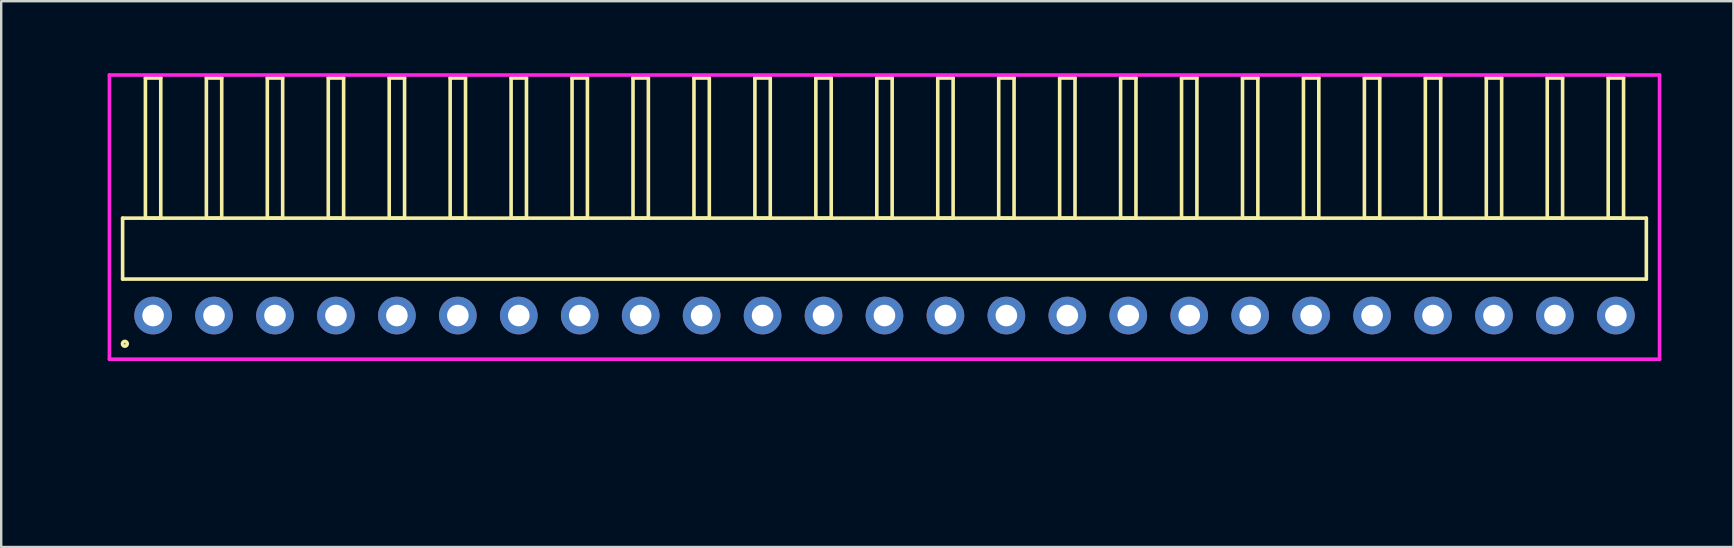
<source format=kicad_pcb>
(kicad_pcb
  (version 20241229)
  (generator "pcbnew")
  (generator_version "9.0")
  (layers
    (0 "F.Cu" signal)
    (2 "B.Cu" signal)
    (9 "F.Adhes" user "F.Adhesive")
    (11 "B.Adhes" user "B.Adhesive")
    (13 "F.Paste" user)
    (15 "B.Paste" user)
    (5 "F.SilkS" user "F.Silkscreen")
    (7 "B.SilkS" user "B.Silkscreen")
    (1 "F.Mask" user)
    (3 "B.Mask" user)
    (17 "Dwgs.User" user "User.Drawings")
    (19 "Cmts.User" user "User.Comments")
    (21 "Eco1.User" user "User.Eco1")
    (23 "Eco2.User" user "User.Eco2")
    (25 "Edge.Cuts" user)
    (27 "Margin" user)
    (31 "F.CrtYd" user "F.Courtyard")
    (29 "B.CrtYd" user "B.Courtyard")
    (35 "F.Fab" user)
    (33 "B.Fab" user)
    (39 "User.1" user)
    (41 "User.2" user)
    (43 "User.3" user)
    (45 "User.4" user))
  (footprint "HDR_RA254P25x1"
    (layer "F.Cu")
    (at 33.81 10.1)
    (property "Reference" "HDR_RA254P25x1" (at -33.05 0 90) (layer "User.1") (effects (font (size 1 1) (thickness 0.1))))
    (attr through_hole)
    (fp_line (start -31.75 -4.06) (end -31.75 -1.52) (stroke (width 0.15) (type solid)) (layer "F.SilkS"))
    (fp_line (start -31.75 -1.52) (end 31.75 -1.52) (stroke (width 0.15) (type solid)) (layer "F.SilkS"))
    (fp_line (start -30.8 -9.9) (end -30.8 -4.06) (stroke (width 0.15) (type solid)) (layer "F.SilkS"))
    (fp_line (start -30.8 -4.06) (end -30.16 -4.06) (stroke (width 0.15) (type solid)) (layer "F.SilkS"))
    (fp_line (start -30.16 -9.9) (end -30.8 -9.9) (stroke (width 0.15) (type solid)) (layer "F.SilkS"))
    (fp_line (start -30.16 -4.06) (end -30.16 -9.9) (stroke (width 0.15) (type solid)) (layer "F.SilkS"))
    (fp_line (start -28.26 -9.9) (end -28.26 -4.06) (stroke (width 0.15) (type solid)) (layer "F.SilkS"))
    (fp_line (start -28.26 -4.06) (end -27.62 -4.06) (stroke (width 0.15) (type solid)) (layer "F.SilkS"))
    (fp_line (start -27.62 -9.9) (end -28.26 -9.9) (stroke (width 0.15) (type solid)) (layer "F.SilkS"))
    (fp_line (start -27.62 -4.06) (end -27.62 -9.9) (stroke (width 0.15) (type solid)) (layer "F.SilkS"))
    (fp_line (start -25.72 -9.9) (end -25.72 -4.06) (stroke (width 0.15) (type solid)) (layer "F.SilkS"))
    (fp_line (start -25.72 -4.06) (end -25.08 -4.06) (stroke (width 0.15) (type solid)) (layer "F.SilkS"))
    (fp_line (start -25.08 -9.9) (end -25.72 -9.9) (stroke (width 0.15) (type solid)) (layer "F.SilkS"))
    (fp_line (start -25.08 -4.06) (end -25.08 -9.9) (stroke (width 0.15) (type solid)) (layer "F.SilkS"))
    (fp_line (start -23.18 -9.9) (end -23.18 -4.06) (stroke (width 0.15) (type solid)) (layer "F.SilkS"))
    (fp_line (start -23.18 -4.06) (end -22.54 -4.06) (stroke (width 0.15) (type solid)) (layer "F.SilkS"))
    (fp_line (start -22.54 -9.9) (end -23.18 -9.9) (stroke (width 0.15) (type solid)) (layer "F.SilkS"))
    (fp_line (start -22.54 -4.06) (end -22.54 -9.9) (stroke (width 0.15) (type solid)) (layer "F.SilkS"))
    (fp_line (start -20.64 -9.9) (end -20.64 -4.06) (stroke (width 0.15) (type solid)) (layer "F.SilkS"))
    (fp_line (start -20.64 -4.06) (end -20 -4.06) (stroke (width 0.15) (type solid)) (layer "F.SilkS"))
    (fp_line (start -20 -9.9) (end -20.64 -9.9) (stroke (width 0.15) (type solid)) (layer "F.SilkS"))
    (fp_line (start -20 -4.06) (end -20 -9.9) (stroke (width 0.15) (type solid)) (layer "F.SilkS"))
    (fp_line (start -18.1 -9.9) (end -18.1 -4.06) (stroke (width 0.15) (type solid)) (layer "F.SilkS"))
    (fp_line (start -18.1 -4.06) (end -17.46 -4.06) (stroke (width 0.15) (type solid)) (layer "F.SilkS"))
    (fp_line (start -17.46 -9.9) (end -18.1 -9.9) (stroke (width 0.15) (type solid)) (layer "F.SilkS"))
    (fp_line (start -17.46 -4.06) (end -17.46 -9.9) (stroke (width 0.15) (type solid)) (layer "F.SilkS"))
    (fp_line (start -15.56 -9.9) (end -15.56 -4.06) (stroke (width 0.15) (type solid)) (layer "F.SilkS"))
    (fp_line (start -15.56 -4.06) (end -14.92 -4.06) (stroke (width 0.15) (type solid)) (layer "F.SilkS"))
    (fp_line (start -14.92 -9.9) (end -15.56 -9.9) (stroke (width 0.15) (type solid)) (layer "F.SilkS"))
    (fp_line (start -14.92 -4.06) (end -14.92 -9.9) (stroke (width 0.15) (type solid)) (layer "F.SilkS"))
    (fp_line (start -13.02 -9.9) (end -13.02 -4.06) (stroke (width 0.15) (type solid)) (layer "F.SilkS"))
    (fp_line (start -13.02 -4.06) (end -12.38 -4.06) (stroke (width 0.15) (type solid)) (layer "F.SilkS"))
    (fp_line (start -12.38 -9.9) (end -13.02 -9.9) (stroke (width 0.15) (type solid)) (layer "F.SilkS"))
    (fp_line (start -12.38 -4.06) (end -12.38 -9.9) (stroke (width 0.15) (type solid)) (layer "F.SilkS"))
    (fp_line (start -10.48 -9.9) (end -10.48 -4.06) (stroke (width 0.15) (type solid)) (layer "F.SilkS"))
    (fp_line (start -10.48 -4.06) (end -9.84 -4.06) (stroke (width 0.15) (type solid)) (layer "F.SilkS"))
    (fp_line (start -9.84 -9.9) (end -10.48 -9.9) (stroke (width 0.15) (type solid)) (layer "F.SilkS"))
    (fp_line (start -9.84 -4.06) (end -9.84 -9.9) (stroke (width 0.15) (type solid)) (layer "F.SilkS"))
    (fp_line (start -7.94 -9.9) (end -7.94 -4.06) (stroke (width 0.15) (type solid)) (layer "F.SilkS"))
    (fp_line (start -7.94 -4.06) (end -7.3 -4.06) (stroke (width 0.15) (type solid)) (layer "F.SilkS"))
    (fp_line (start -7.3 -9.9) (end -7.94 -9.9) (stroke (width 0.15) (type solid)) (layer "F.SilkS"))
    (fp_line (start -7.3 -4.06) (end -7.3 -9.9) (stroke (width 0.15) (type solid)) (layer "F.SilkS"))
    (fp_line (start -5.4 -9.9) (end -5.4 -4.06) (stroke (width 0.15) (type solid)) (layer "F.SilkS"))
    (fp_line (start -5.4 -4.06) (end -4.76 -4.06) (stroke (width 0.15) (type solid)) (layer "F.SilkS"))
    (fp_line (start -4.76 -9.9) (end -5.4 -9.9) (stroke (width 0.15) (type solid)) (layer "F.SilkS"))
    (fp_line (start -4.76 -4.06) (end -4.76 -9.9) (stroke (width 0.15) (type solid)) (layer "F.SilkS"))
    (fp_line (start -2.86 -9.9) (end -2.86 -4.06) (stroke (width 0.15) (type solid)) (layer "F.SilkS"))
    (fp_line (start -2.86 -4.06) (end -2.22 -4.06) (stroke (width 0.15) (type solid)) (layer "F.SilkS"))
    (fp_line (start -2.22 -9.9) (end -2.86 -9.9) (stroke (width 0.15) (type solid)) (layer "F.SilkS"))
    (fp_line (start -2.22 -4.06) (end -2.22 -9.9) (stroke (width 0.15) (type solid)) (layer "F.SilkS"))
    (fp_line (start -0.32 -9.9) (end -0.32 -4.06) (stroke (width 0.15) (type solid)) (layer "F.SilkS"))
    (fp_line (start -0.32 -4.06) (end 0.32 -4.06) (stroke (width 0.15) (type solid)) (layer "F.SilkS"))
    (fp_line (start 0.32 -9.9) (end -0.32 -9.9) (stroke (width 0.15) (type solid)) (layer "F.SilkS"))
    (fp_line (start 0.32 -4.06) (end 0.32 -9.9) (stroke (width 0.15) (type solid)) (layer "F.SilkS"))
    (fp_line (start 2.22 -9.9) (end 2.22 -4.06) (stroke (width 0.15) (type solid)) (layer "F.SilkS"))
    (fp_line (start 2.22 -4.06) (end 2.86 -4.06) (stroke (width 0.15) (type solid)) (layer "F.SilkS"))
    (fp_line (start 2.86 -9.9) (end 2.22 -9.9) (stroke (width 0.15) (type solid)) (layer "F.SilkS"))
    (fp_line (start 2.86 -4.06) (end 2.86 -9.9) (stroke (width 0.15) (type solid)) (layer "F.SilkS"))
    (fp_line (start 4.76 -9.9) (end 4.76 -4.06) (stroke (width 0.15) (type solid)) (layer "F.SilkS"))
    (fp_line (start 4.76 -4.06) (end 5.4 -4.06) (stroke (width 0.15) (type solid)) (layer "F.SilkS"))
    (fp_line (start 5.4 -9.9) (end 4.76 -9.9) (stroke (width 0.15) (type solid)) (layer "F.SilkS"))
    (fp_line (start 5.4 -4.06) (end 5.4 -9.9) (stroke (width 0.15) (type solid)) (layer "F.SilkS"))
    (fp_line (start 7.3 -9.9) (end 7.3 -4.06) (stroke (width 0.15) (type solid)) (layer "F.SilkS"))
    (fp_line (start 7.3 -4.06) (end 7.94 -4.06) (stroke (width 0.15) (type solid)) (layer "F.SilkS"))
    (fp_line (start 7.94 -9.9) (end 7.3 -9.9) (stroke (width 0.15) (type solid)) (layer "F.SilkS"))
    (fp_line (start 7.94 -4.06) (end 7.94 -9.9) (stroke (width 0.15) (type solid)) (layer "F.SilkS"))
    (fp_line (start 9.84 -9.9) (end 9.84 -4.06) (stroke (width 0.15) (type solid)) (layer "F.SilkS"))
    (fp_line (start 9.84 -4.06) (end 10.48 -4.06) (stroke (width 0.15) (type solid)) (layer "F.SilkS"))
    (fp_line (start 10.48 -9.9) (end 9.84 -9.9) (stroke (width 0.15) (type solid)) (layer "F.SilkS"))
    (fp_line (start 10.48 -4.06) (end 10.48 -9.9) (stroke (width 0.15) (type solid)) (layer "F.SilkS"))
    (fp_line (start 12.38 -9.9) (end 12.38 -4.06) (stroke (width 0.15) (type solid)) (layer "F.SilkS"))
    (fp_line (start 12.38 -4.06) (end 13.02 -4.06) (stroke (width 0.15) (type solid)) (layer "F.SilkS"))
    (fp_line (start 13.02 -9.9) (end 12.38 -9.9) (stroke (width 0.15) (type solid)) (layer "F.SilkS"))
    (fp_line (start 13.02 -4.06) (end 13.02 -9.9) (stroke (width 0.15) (type solid)) (layer "F.SilkS"))
    (fp_line (start 14.92 -9.9) (end 14.92 -4.06) (stroke (width 0.15) (type solid)) (layer "F.SilkS"))
    (fp_line (start 14.92 -4.06) (end 15.56 -4.06) (stroke (width 0.15) (type solid)) (layer "F.SilkS"))
    (fp_line (start 15.56 -9.9) (end 14.92 -9.9) (stroke (width 0.15) (type solid)) (layer "F.SilkS"))
    (fp_line (start 15.56 -4.06) (end 15.56 -9.9) (stroke (width 0.15) (type solid)) (layer "F.SilkS"))
    (fp_line (start 17.46 -9.9) (end 17.46 -4.06) (stroke (width 0.15) (type solid)) (layer "F.SilkS"))
    (fp_line (start 17.46 -4.06) (end 18.1 -4.06) (stroke (width 0.15) (type solid)) (layer "F.SilkS"))
    (fp_line (start 18.1 -9.9) (end 17.46 -9.9) (stroke (width 0.15) (type solid)) (layer "F.SilkS"))
    (fp_line (start 18.1 -4.06) (end 18.1 -9.9) (stroke (width 0.15) (type solid)) (layer "F.SilkS"))
    (fp_line (start 20 -9.9) (end 20 -4.06) (stroke (width 0.15) (type solid)) (layer "F.SilkS"))
    (fp_line (start 20 -4.06) (end 20.64 -4.06) (stroke (width 0.15) (type solid)) (layer "F.SilkS"))
    (fp_line (start 20.64 -9.9) (end 20 -9.9) (stroke (width 0.15) (type solid)) (layer "F.SilkS"))
    (fp_line (start 20.64 -4.06) (end 20.64 -9.9) (stroke (width 0.15) (type solid)) (layer "F.SilkS"))
    (fp_line (start 22.54 -9.9) (end 22.54 -4.06) (stroke (width 0.15) (type solid)) (layer "F.SilkS"))
    (fp_line (start 22.54 -4.06) (end 23.18 -4.06) (stroke (width 0.15) (type solid)) (layer "F.SilkS"))
    (fp_line (start 23.18 -9.9) (end 22.54 -9.9) (stroke (width 0.15) (type solid)) (layer "F.SilkS"))
    (fp_line (start 23.18 -4.06) (end 23.18 -9.9) (stroke (width 0.15) (type solid)) (layer "F.SilkS"))
    (fp_line (start 25.08 -9.9) (end 25.08 -4.06) (stroke (width 0.15) (type solid)) (layer "F.SilkS"))
    (fp_line (start 25.08 -4.06) (end 25.72 -4.06) (stroke (width 0.15) (type solid)) (layer "F.SilkS"))
    (fp_line (start 25.72 -9.9) (end 25.08 -9.9) (stroke (width 0.15) (type solid)) (layer "F.SilkS"))
    (fp_line (start 25.72 -4.06) (end 25.72 -9.9) (stroke (width 0.15) (type solid)) (layer "F.SilkS"))
    (fp_line (start 27.62 -9.9) (end 27.62 -4.06) (stroke (width 0.15) (type solid)) (layer "F.SilkS"))
    (fp_line (start 27.62 -4.06) (end 28.26 -4.06) (stroke (width 0.15) (type solid)) (layer "F.SilkS"))
    (fp_line (start 28.26 -9.9) (end 27.62 -9.9) (stroke (width 0.15) (type solid)) (layer "F.SilkS"))
    (fp_line (start 28.26 -4.06) (end 28.26 -9.9) (stroke (width 0.15) (type solid)) (layer "F.SilkS"))
    (fp_line (start 30.16 -9.9) (end 30.16 -4.06) (stroke (width 0.15) (type solid)) (layer "F.SilkS"))
    (fp_line (start 30.16 -4.06) (end 30.8 -4.06) (stroke (width 0.15) (type solid)) (layer "F.SilkS"))
    (fp_line (start 30.8 -9.9) (end 30.16 -9.9) (stroke (width 0.15) (type solid)) (layer "F.SilkS"))
    (fp_line (start 30.8 -4.06) (end 30.8 -9.9) (stroke (width 0.15) (type solid)) (layer "F.SilkS"))
    (fp_line (start 31.75 -4.06) (end -31.75 -4.06) (stroke (width 0.15) (type solid)) (layer "F.SilkS"))
    (fp_line (start 31.75 -1.52) (end 31.75 -4.06) (stroke (width 0.15) (type solid)) (layer "F.SilkS"))
    (fp_circle (center -31.657 1.177) (end -31.557 1.177) (stroke (width 0.15) (type solid)) (fill no) (layer "F.SilkS"))
    (fp_line (start -32.3 -10.025) (end -32.3 1.82) (stroke (width 0.15) (type solid)) (layer "F.CrtYd"))
    (fp_line (start -32.3 1.82) (end 32.3 1.82) (stroke (width 0.15) (type solid)) (layer "F.CrtYd"))
    (fp_line (start 32.3 -10.025) (end -32.3 -10.025) (stroke (width 0.15) (type solid)) (layer "F.CrtYd"))
    (fp_line (start 32.3 1.82) (end 32.3 -10.025) (stroke (width 0.15) (type solid)) (layer "F.CrtYd"))
    (pad "1" thru_hole oval (at -30.48 0) (size 1.57 1.57) (drill 0.9) (layers "*.Cu" "*.Mask"))
    (pad "2" thru_hole oval (at -27.94 0) (size 1.57 1.57) (drill 0.9) (layers "*.Cu" "*.Mask"))
    (pad "3" thru_hole oval (at -25.4 0) (size 1.57 1.57) (drill 0.9) (layers "*.Cu" "*.Mask"))
    (pad "4" thru_hole oval (at -22.86 0) (size 1.57 1.57) (drill 0.9) (layers "*.Cu" "*.Mask"))
    (pad "5" thru_hole oval (at -20.32 0) (size 1.57 1.57) (drill 0.9) (layers "*.Cu" "*.Mask"))
    (pad "6" thru_hole oval (at -17.78 0) (size 1.57 1.57) (drill 0.9) (layers "*.Cu" "*.Mask"))
    (pad "7" thru_hole oval (at -15.24 0) (size 1.57 1.57) (drill 0.9) (layers "*.Cu" "*.Mask"))
    (pad "8" thru_hole oval (at -12.7 0) (size 1.57 1.57) (drill 0.9) (layers "*.Cu" "*.Mask"))
    (pad "9" thru_hole oval (at -10.16 0) (size 1.57 1.57) (drill 0.9) (layers "*.Cu" "*.Mask"))
    (pad "10" thru_hole oval (at -7.62 0) (size 1.57 1.57) (drill 0.9) (layers "*.Cu" "*.Mask"))
    (pad "11" thru_hole oval (at -5.08 0) (size 1.57 1.57) (drill 0.9) (layers "*.Cu" "*.Mask"))
    (pad "12" thru_hole oval (at -2.54 0) (size 1.57 1.57) (drill 0.9) (layers "*.Cu" "*.Mask"))
    (pad "13" thru_hole oval (at 0 0) (size 1.57 1.57) (drill 0.9) (layers "*.Cu" "*.Mask"))
    (pad "14" thru_hole oval (at 2.54 0) (size 1.57 1.57) (drill 0.9) (layers "*.Cu" "*.Mask"))
    (pad "15" thru_hole oval (at 5.08 0) (size 1.57 1.57) (drill 0.9) (layers "*.Cu" "*.Mask"))
    (pad "16" thru_hole oval (at 7.62 0) (size 1.57 1.57) (drill 0.9) (layers "*.Cu" "*.Mask"))
    (pad "17" thru_hole oval (at 10.16 0) (size 1.57 1.57) (drill 0.9) (layers "*.Cu" "*.Mask"))
    (pad "18" thru_hole oval (at 12.7 0) (size 1.57 1.57) (drill 0.9) (layers "*.Cu" "*.Mask"))
    (pad "19" thru_hole oval (at 15.24 0) (size 1.57 1.57) (drill 0.9) (layers "*.Cu" "*.Mask"))
    (pad "20" thru_hole oval (at 17.78 0) (size 1.57 1.57) (drill 0.9) (layers "*.Cu" "*.Mask"))
    (pad "21" thru_hole oval (at 20.32 0) (size 1.57 1.57) (drill 0.9) (layers "*.Cu" "*.Mask"))
    (pad "22" thru_hole oval (at 22.86 0) (size 1.57 1.57) (drill 0.9) (layers "*.Cu" "*.Mask"))
    (pad "23" thru_hole oval (at 25.4 0) (size 1.57 1.57) (drill 0.9) (layers "*.Cu" "*.Mask"))
    (pad "24" thru_hole oval (at 27.94 0) (size 1.57 1.57) (drill 0.9) (layers "*.Cu" "*.Mask"))
    (pad "25" thru_hole oval (at 30.48 0) (size 1.57 1.57) (drill 0.9) (layers "*.Cu" "*.Mask")))
  (gr_rect
    (start -3 -3)
    (end 69.186 19.745)
    (stroke (width 0.1) (type default))
    (fill no)
    (layer "Edge.Cuts")))
</source>
